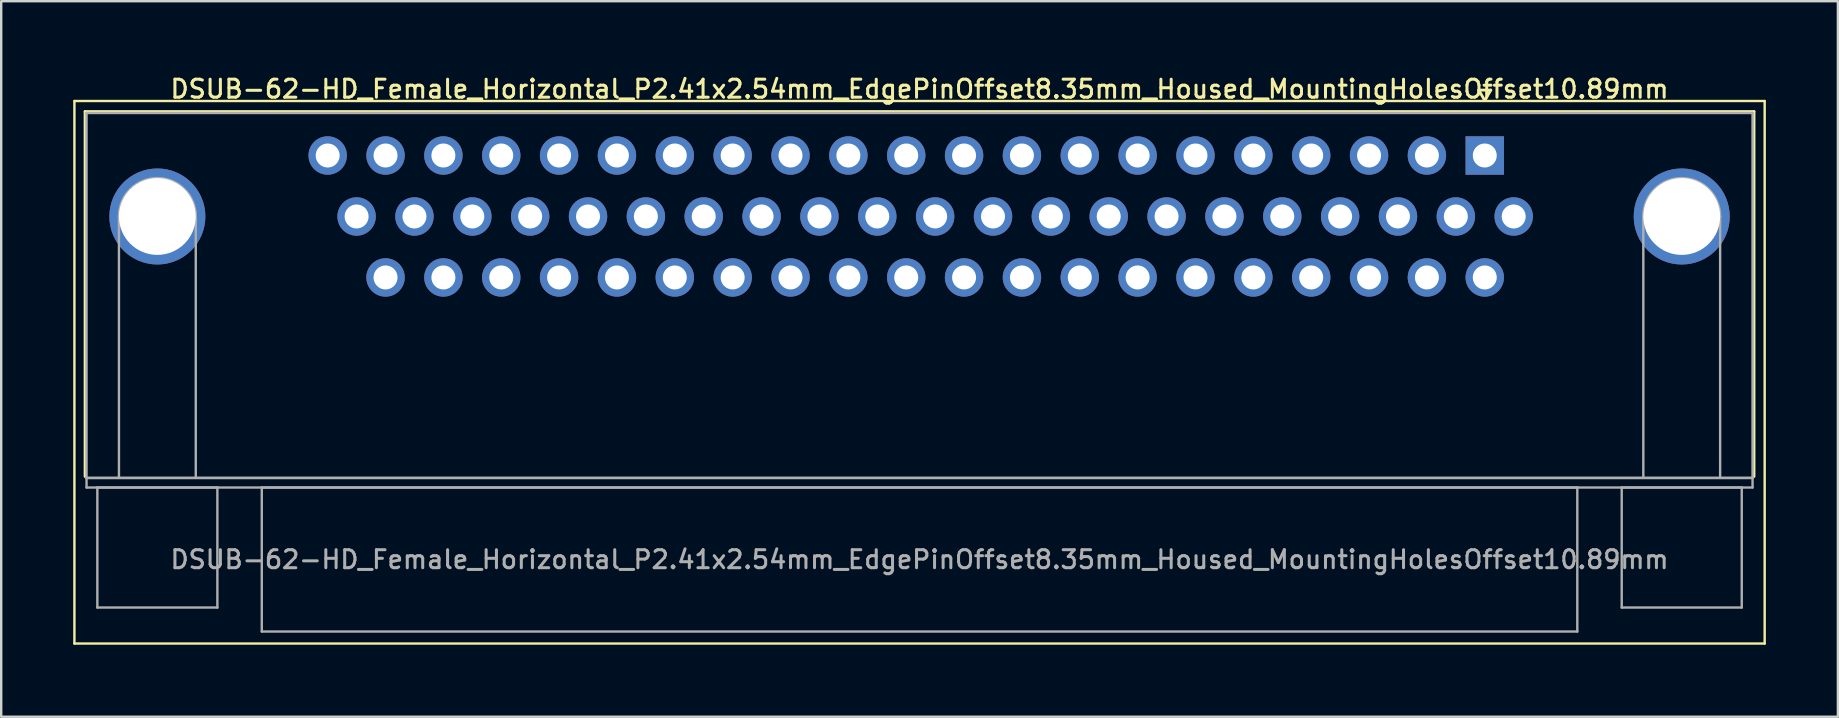
<source format=kicad_pcb>
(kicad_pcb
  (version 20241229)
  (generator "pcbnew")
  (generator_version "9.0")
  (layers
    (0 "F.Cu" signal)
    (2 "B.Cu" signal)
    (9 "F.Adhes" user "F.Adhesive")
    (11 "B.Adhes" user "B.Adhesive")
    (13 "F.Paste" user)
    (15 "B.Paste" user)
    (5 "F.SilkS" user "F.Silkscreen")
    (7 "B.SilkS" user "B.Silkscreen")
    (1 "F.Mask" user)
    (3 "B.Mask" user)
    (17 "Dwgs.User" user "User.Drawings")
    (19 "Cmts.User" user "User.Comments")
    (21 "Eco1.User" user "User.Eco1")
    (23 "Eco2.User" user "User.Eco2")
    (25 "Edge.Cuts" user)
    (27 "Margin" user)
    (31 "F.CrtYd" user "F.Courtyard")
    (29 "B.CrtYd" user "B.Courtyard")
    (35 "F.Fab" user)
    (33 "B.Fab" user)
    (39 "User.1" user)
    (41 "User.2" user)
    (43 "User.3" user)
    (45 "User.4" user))
  (footprint "DSUB-62-HD_Female_Horizontal_P2.41x2.54mm_EdgePinOffset8.35mm_Housed_MountingHolesOffset10.89mm"
    (layer "F.Cu")
    (at 58.8 3.428)
    (property "Reference" "DSUB-62-HD_Female_Horizontal_P2.41x2.54mm_EdgePinOffset8.35mm_Housed_MountingHolesOffset10.89mm" (at -23.545 -2.77 0) (layer "F.SilkS") (effects (font (size 0.75 0.75) (thickness 0.125))))
    (attr through_hole)
    (fp_line (start -58.75 -2.27) (end -58.75 20.33) (stroke (width 0.1) (type solid)) (layer "F.SilkS"))
    (fp_line (start -58.75 20.33) (end 11.66 20.33) (stroke (width 0.1) (type solid)) (layer "F.SilkS"))
    (fp_line (start -58.305 -1.83) (end 11.215 -1.83) (stroke (width 0.12) (type solid)) (layer "F.SilkS"))
    (fp_line (start -58.305 13.37) (end -58.305 -1.83) (stroke (width 0.12) (type solid)) (layer "F.SilkS"))
    (fp_line (start -0.25 -2.724) (end 0.25 -2.724) (stroke (width 0.12) (type solid)) (layer "F.SilkS"))
    (fp_line (start 0 -2.291) (end -0.25 -2.724) (stroke (width 0.12) (type solid)) (layer "F.SilkS"))
    (fp_line (start 0.25 -2.724) (end 0 -2.291) (stroke (width 0.12) (type solid)) (layer "F.SilkS"))
    (fp_line (start 11.215 -1.83) (end 11.215 13.37) (stroke (width 0.12) (type solid)) (layer "F.SilkS"))
    (fp_line (start 11.66 -2.27) (end -58.75 -2.27) (stroke (width 0.1) (type solid)) (layer "F.SilkS"))
    (fp_line (start 11.66 20.33) (end 11.66 -2.27) (stroke (width 0.1) (type solid)) (layer "F.SilkS"))
    (fp_line (start -58.245 -1.77) (end -58.245 13.43) (stroke (width 0.1) (type solid)) (layer "F.Fab"))
    (fp_line (start -58.245 13.43) (end -58.245 13.83) (stroke (width 0.1) (type solid)) (layer "F.Fab"))
    (fp_line (start -58.245 13.43) (end 11.155 13.43) (stroke (width 0.1) (type solid)) (layer "F.Fab"))
    (fp_line (start -58.245 13.83) (end 11.155 13.83) (stroke (width 0.1) (type solid)) (layer "F.Fab"))
    (fp_line (start -57.795 13.83) (end -57.795 18.83) (stroke (width 0.1) (type solid)) (layer "F.Fab"))
    (fp_line (start -57.795 18.83) (end -52.795 18.83) (stroke (width 0.1) (type solid)) (layer "F.Fab"))
    (fp_line (start -56.895 13.43) (end -56.895 2.54) (stroke (width 0.1) (type solid)) (layer "F.Fab"))
    (fp_line (start -53.695 13.43) (end -53.695 2.54) (stroke (width 0.1) (type solid)) (layer "F.Fab"))
    (fp_line (start -52.795 13.83) (end -57.795 13.83) (stroke (width 0.1) (type solid)) (layer "F.Fab"))
    (fp_line (start -52.795 18.83) (end -52.795 13.83) (stroke (width 0.1) (type solid)) (layer "F.Fab"))
    (fp_line (start -50.945 13.83) (end -50.945 19.83) (stroke (width 0.1) (type solid)) (layer "F.Fab"))
    (fp_line (start -50.945 19.83) (end 3.855 19.83) (stroke (width 0.1) (type solid)) (layer "F.Fab"))
    (fp_line (start 3.855 13.83) (end -50.945 13.83) (stroke (width 0.1) (type solid)) (layer "F.Fab"))
    (fp_line (start 3.855 19.83) (end 3.855 13.83) (stroke (width 0.1) (type solid)) (layer "F.Fab"))
    (fp_line (start 5.705 13.83) (end 5.705 18.83) (stroke (width 0.1) (type solid)) (layer "F.Fab"))
    (fp_line (start 5.705 18.83) (end 10.705 18.83) (stroke (width 0.1) (type solid)) (layer "F.Fab"))
    (fp_line (start 6.605 13.43) (end 6.605 2.54) (stroke (width 0.1) (type solid)) (layer "F.Fab"))
    (fp_line (start 9.805 13.43) (end 9.805 2.54) (stroke (width 0.1) (type solid)) (layer "F.Fab"))
    (fp_line (start 10.705 13.83) (end 5.705 13.83) (stroke (width 0.1) (type solid)) (layer "F.Fab"))
    (fp_line (start 10.705 18.83) (end 10.705 13.83) (stroke (width 0.1) (type solid)) (layer "F.Fab"))
    (fp_line (start 11.155 -1.77) (end -58.245 -1.77) (stroke (width 0.1) (type solid)) (layer "F.Fab"))
    (fp_line (start 11.155 13.43) (end -58.245 13.43) (stroke (width 0.1) (type solid)) (layer "F.Fab"))
    (fp_line (start 11.155 13.43) (end 11.155 -1.77) (stroke (width 0.1) (type solid)) (layer "F.Fab"))
    (fp_line (start 11.155 13.83) (end 11.155 13.43) (stroke (width 0.1) (type solid)) (layer "F.Fab"))
    (fp_arc (start -56.895 2.54) (mid -55.295 0.94) (end -53.695 2.54) (stroke (width 0.1) (type solid)) (layer "F.Fab"))
    (fp_arc (start 6.605 2.54) (mid 8.205 0.94) (end 9.805 2.54) (stroke (width 0.1) (type solid)) (layer "F.Fab"))
    (fp_text user "${REFERENCE}" (at -23.545 16.83 0) (layer "F.Fab") (effects (font (size 0.75 0.75) (thickness 0.125))))
    (pad "0" thru_hole circle (at -55.295 2.54) (size 4 4) (drill 3.2) (layers "*.Cu" "*.Mask"))
    (pad "0" thru_hole circle (at 8.205 2.54) (size 4 4) (drill 3.2) (layers "*.Cu" "*.Mask"))
    (pad "1" thru_hole rect (at 0 0) (size 1.6 1.6) (drill 1) (layers "*.Cu" "*.Mask"))
    (pad "2" thru_hole circle (at -2.41 0) (size 1.6 1.6) (drill 1) (layers "*.Cu" "*.Mask"))
    (pad "3" thru_hole circle (at -4.82 0) (size 1.6 1.6) (drill 1) (layers "*.Cu" "*.Mask"))
    (pad "4" thru_hole circle (at -7.23 0) (size 1.6 1.6) (drill 1) (layers "*.Cu" "*.Mask"))
    (pad "5" thru_hole circle (at -9.64 0) (size 1.6 1.6) (drill 1) (layers "*.Cu" "*.Mask"))
    (pad "6" thru_hole circle (at -12.05 0) (size 1.6 1.6) (drill 1) (layers "*.Cu" "*.Mask"))
    (pad "7" thru_hole circle (at -14.46 0) (size 1.6 1.6) (drill 1) (layers "*.Cu" "*.Mask"))
    (pad "8" thru_hole circle (at -16.87 0) (size 1.6 1.6) (drill 1) (layers "*.Cu" "*.Mask"))
    (pad "9" thru_hole circle (at -19.28 0) (size 1.6 1.6) (drill 1) (layers "*.Cu" "*.Mask"))
    (pad "10" thru_hole circle (at -21.69 0) (size 1.6 1.6) (drill 1) (layers "*.Cu" "*.Mask"))
    (pad "11" thru_hole circle (at -24.1 0) (size 1.6 1.6) (drill 1) (layers "*.Cu" "*.Mask"))
    (pad "12" thru_hole circle (at -26.51 0) (size 1.6 1.6) (drill 1) (layers "*.Cu" "*.Mask"))
    (pad "13" thru_hole circle (at -28.92 0) (size 1.6 1.6) (drill 1) (layers "*.Cu" "*.Mask"))
    (pad "14" thru_hole circle (at -31.33 0) (size 1.6 1.6) (drill 1) (layers "*.Cu" "*.Mask"))
    (pad "15" thru_hole circle (at -33.74 0) (size 1.6 1.6) (drill 1) (layers "*.Cu" "*.Mask"))
    (pad "16" thru_hole circle (at -36.15 0) (size 1.6 1.6) (drill 1) (layers "*.Cu" "*.Mask"))
    (pad "17" thru_hole circle (at -38.56 0) (size 1.6 1.6) (drill 1) (layers "*.Cu" "*.Mask"))
    (pad "18" thru_hole circle (at -40.97 0) (size 1.6 1.6) (drill 1) (layers "*.Cu" "*.Mask"))
    (pad "19" thru_hole circle (at -43.38 0) (size 1.6 1.6) (drill 1) (layers "*.Cu" "*.Mask"))
    (pad "20" thru_hole circle (at -45.79 0) (size 1.6 1.6) (drill 1) (layers "*.Cu" "*.Mask"))
    (pad "21" thru_hole circle (at -48.2 0) (size 1.6 1.6) (drill 1) (layers "*.Cu" "*.Mask"))
    (pad "22" thru_hole circle (at 1.205 2.54) (size 1.6 1.6) (drill 1) (layers "*.Cu" "*.Mask"))
    (pad "23" thru_hole circle (at -1.205 2.54) (size 1.6 1.6) (drill 1) (layers "*.Cu" "*.Mask"))
    (pad "24" thru_hole circle (at -3.615 2.54) (size 1.6 1.6) (drill 1) (layers "*.Cu" "*.Mask"))
    (pad "25" thru_hole circle (at -6.025 2.54) (size 1.6 1.6) (drill 1) (layers "*.Cu" "*.Mask"))
    (pad "26" thru_hole circle (at -8.435 2.54) (size 1.6 1.6) (drill 1) (layers "*.Cu" "*.Mask"))
    (pad "27" thru_hole circle (at -10.845 2.54) (size 1.6 1.6) (drill 1) (layers "*.Cu" "*.Mask"))
    (pad "28" thru_hole circle (at -13.255 2.54) (size 1.6 1.6) (drill 1) (layers "*.Cu" "*.Mask"))
    (pad "29" thru_hole circle (at -15.665 2.54) (size 1.6 1.6) (drill 1) (layers "*.Cu" "*.Mask"))
    (pad "30" thru_hole circle (at -18.075 2.54) (size 1.6 1.6) (drill 1) (layers "*.Cu" "*.Mask"))
    (pad "31" thru_hole circle (at -20.485 2.54) (size 1.6 1.6) (drill 1) (layers "*.Cu" "*.Mask"))
    (pad "32" thru_hole circle (at -22.895 2.54) (size 1.6 1.6) (drill 1) (layers "*.Cu" "*.Mask"))
    (pad "33" thru_hole circle (at -25.305 2.54) (size 1.6 1.6) (drill 1) (layers "*.Cu" "*.Mask"))
    (pad "34" thru_hole circle (at -27.715 2.54) (size 1.6 1.6) (drill 1) (layers "*.Cu" "*.Mask"))
    (pad "35" thru_hole circle (at -30.125 2.54) (size 1.6 1.6) (drill 1) (layers "*.Cu" "*.Mask"))
    (pad "36" thru_hole circle (at -32.535 2.54) (size 1.6 1.6) (drill 1) (layers "*.Cu" "*.Mask"))
    (pad "37" thru_hole circle (at -34.945 2.54) (size 1.6 1.6) (drill 1) (layers "*.Cu" "*.Mask"))
    (pad "38" thru_hole circle (at -37.355 2.54) (size 1.6 1.6) (drill 1) (layers "*.Cu" "*.Mask"))
    (pad "39" thru_hole circle (at -39.765 2.54) (size 1.6 1.6) (drill 1) (layers "*.Cu" "*.Mask"))
    (pad "40" thru_hole circle (at -42.175 2.54) (size 1.6 1.6) (drill 1) (layers "*.Cu" "*.Mask"))
    (pad "41" thru_hole circle (at -44.585 2.54) (size 1.6 1.6) (drill 1) (layers "*.Cu" "*.Mask"))
    (pad "42" thru_hole circle (at -46.995 2.54) (size 1.6 1.6) (drill 1) (layers "*.Cu" "*.Mask"))
    (pad "43" thru_hole circle (at 0 5.08) (size 1.6 1.6) (drill 1) (layers "*.Cu" "*.Mask"))
    (pad "44" thru_hole circle (at -2.41 5.08) (size 1.6 1.6) (drill 1) (layers "*.Cu" "*.Mask"))
    (pad "45" thru_hole circle (at -4.82 5.08) (size 1.6 1.6) (drill 1) (layers "*.Cu" "*.Mask"))
    (pad "46" thru_hole circle (at -7.23 5.08) (size 1.6 1.6) (drill 1) (layers "*.Cu" "*.Mask"))
    (pad "47" thru_hole circle (at -9.64 5.08) (size 1.6 1.6) (drill 1) (layers "*.Cu" "*.Mask"))
    (pad "48" thru_hole circle (at -12.05 5.08) (size 1.6 1.6) (drill 1) (layers "*.Cu" "*.Mask"))
    (pad "49" thru_hole circle (at -14.46 5.08) (size 1.6 1.6) (drill 1) (layers "*.Cu" "*.Mask"))
    (pad "50" thru_hole circle (at -16.87 5.08) (size 1.6 1.6) (drill 1) (layers "*.Cu" "*.Mask"))
    (pad "51" thru_hole circle (at -19.28 5.08) (size 1.6 1.6) (drill 1) (layers "*.Cu" "*.Mask"))
    (pad "52" thru_hole circle (at -21.69 5.08) (size 1.6 1.6) (drill 1) (layers "*.Cu" "*.Mask"))
    (pad "53" thru_hole circle (at -24.1 5.08) (size 1.6 1.6) (drill 1) (layers "*.Cu" "*.Mask"))
    (pad "54" thru_hole circle (at -26.51 5.08) (size 1.6 1.6) (drill 1) (layers "*.Cu" "*.Mask"))
    (pad "55" thru_hole circle (at -28.92 5.08) (size 1.6 1.6) (drill 1) (layers "*.Cu" "*.Mask"))
    (pad "56" thru_hole circle (at -31.33 5.08) (size 1.6 1.6) (drill 1) (layers "*.Cu" "*.Mask"))
    (pad "57" thru_hole circle (at -33.74 5.08) (size 1.6 1.6) (drill 1) (layers "*.Cu" "*.Mask"))
    (pad "58" thru_hole circle (at -36.15 5.08) (size 1.6 1.6) (drill 1) (layers "*.Cu" "*.Mask"))
    (pad "59" thru_hole circle (at -38.56 5.08) (size 1.6 1.6) (drill 1) (layers "*.Cu" "*.Mask"))
    (pad "60" thru_hole circle (at -40.97 5.08) (size 1.6 1.6) (drill 1) (layers "*.Cu" "*.Mask"))
    (pad "61" thru_hole circle (at -43.38 5.08) (size 1.6 1.6) (drill 1) (layers "*.Cu" "*.Mask"))
    (pad "62" thru_hole circle (at -45.79 5.08) (size 1.6 1.6) (drill 1) (layers "*.Cu" "*.Mask")))
  (gr_rect
    (start -3 -3)
    (end 73.51 26.808)
    (stroke (width 0.1) (type default))
    (fill no)
    (layer "Edge.Cuts")))
</source>
